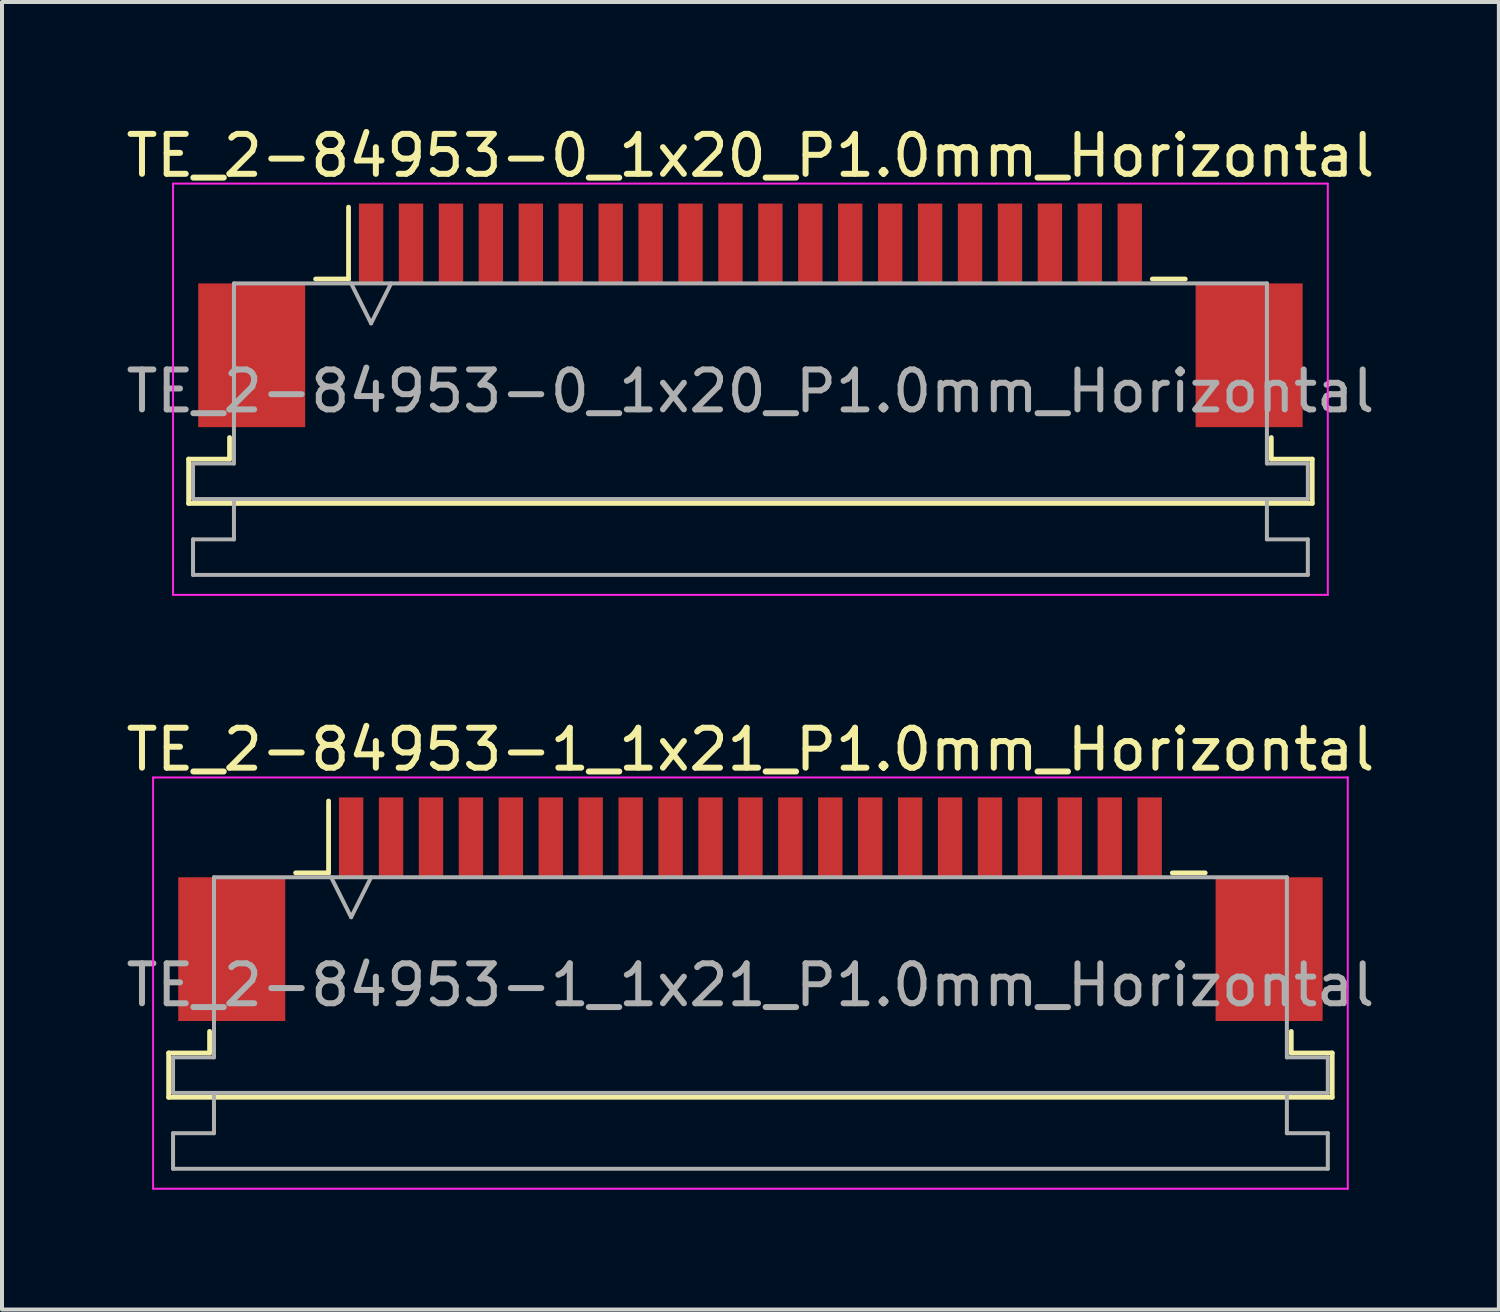
<source format=kicad_pcb>
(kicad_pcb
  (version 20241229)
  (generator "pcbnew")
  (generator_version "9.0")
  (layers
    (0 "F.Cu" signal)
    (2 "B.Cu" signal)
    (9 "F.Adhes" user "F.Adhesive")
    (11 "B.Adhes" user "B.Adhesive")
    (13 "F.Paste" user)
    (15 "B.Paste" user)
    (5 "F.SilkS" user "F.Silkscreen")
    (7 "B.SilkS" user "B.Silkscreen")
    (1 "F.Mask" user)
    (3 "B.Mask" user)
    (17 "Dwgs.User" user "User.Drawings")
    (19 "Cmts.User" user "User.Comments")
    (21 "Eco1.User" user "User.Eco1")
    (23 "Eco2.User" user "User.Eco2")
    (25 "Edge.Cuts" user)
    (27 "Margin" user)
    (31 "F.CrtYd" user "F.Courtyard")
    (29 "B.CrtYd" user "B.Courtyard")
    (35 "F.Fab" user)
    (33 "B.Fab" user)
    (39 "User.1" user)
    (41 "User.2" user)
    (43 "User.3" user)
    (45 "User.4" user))
  (footprint "TE_2-84953-0_1x20_P1.0mm_Horizontal"
    (layer "F.Cu")
    (at 15.744 4.848)
    (property "Reference" "TE_2-84953-0_1x20_P1.0mm_Horizontal" (at 0 -4 0) (layer "F.SilkS") (effects (font (size 1 1) (thickness 0.15))))
    (attr smd)
    (fp_line (start -14.07 3.6) (end -13.045 3.6) (stroke (width 0.12) (type solid)) (layer "F.SilkS"))
    (fp_line (start -14.07 4.71) (end -14.07 3.6) (stroke (width 0.12) (type solid)) (layer "F.SilkS"))
    (fp_line (start -13.045 3.6) (end -13.045 3.06) (stroke (width 0.12) (type solid)) (layer "F.SilkS"))
    (fp_line (start -10.89 -0.91) (end -10.065 -0.91) (stroke (width 0.12) (type solid)) (layer "F.SilkS"))
    (fp_line (start -10.065 -0.91) (end -10.065 -2.71) (stroke (width 0.12) (type solid)) (layer "F.SilkS"))
    (fp_line (start 10.065 -0.91) (end 10.89 -0.91) (stroke (width 0.12) (type solid)) (layer "F.SilkS"))
    (fp_line (start 13.045 3.06) (end 13.045 3.6) (stroke (width 0.12) (type solid)) (layer "F.SilkS"))
    (fp_line (start 13.045 3.6) (end 14.07 3.6) (stroke (width 0.12) (type solid)) (layer "F.SilkS"))
    (fp_line (start 14.07 3.6) (end 14.07 4.71) (stroke (width 0.12) (type solid)) (layer "F.SilkS"))
    (fp_line (start 14.07 4.71) (end -14.07 4.71) (stroke (width 0.12) (type solid)) (layer "F.SilkS"))
    (fp_line (start -14.46 -3.3) (end -14.46 7) (stroke (width 0.05) (type solid)) (layer "F.CrtYd"))
    (fp_line (start -14.46 7) (end 14.46 7) (stroke (width 0.05) (type solid)) (layer "F.CrtYd"))
    (fp_line (start 14.46 -3.3) (end -14.46 -3.3) (stroke (width 0.05) (type solid)) (layer "F.CrtYd"))
    (fp_line (start 14.46 7) (end 14.46 -3.3) (stroke (width 0.05) (type solid)) (layer "F.CrtYd"))
    (fp_line (start -13.96 3.71) (end -12.935 3.71) (stroke (width 0.1) (type solid)) (layer "F.Fab"))
    (fp_line (start -13.96 4.6) (end -13.96 3.71) (stroke (width 0.1) (type solid)) (layer "F.Fab"))
    (fp_line (start -13.96 5.61) (end -12.935 5.61) (stroke (width 0.1) (type solid)) (layer "F.Fab"))
    (fp_line (start -13.96 6.5) (end -13.96 5.61) (stroke (width 0.1) (type solid)) (layer "F.Fab"))
    (fp_line (start -12.935 -0.8) (end 12.935 -0.8) (stroke (width 0.1) (type solid)) (layer "F.Fab"))
    (fp_line (start -12.935 3.71) (end -12.935 -0.8) (stroke (width 0.1) (type solid)) (layer "F.Fab"))
    (fp_line (start -12.935 5.61) (end -12.935 4.6) (stroke (width 0.1) (type solid)) (layer "F.Fab"))
    (fp_line (start -10 -0.8) (end -9.5 0.2) (stroke (width 0.1) (type solid)) (layer "F.Fab"))
    (fp_line (start -9.5 0.2) (end -9 -0.8) (stroke (width 0.1) (type solid)) (layer "F.Fab"))
    (fp_line (start 12.935 -0.8) (end 12.935 3.71) (stroke (width 0.1) (type solid)) (layer "F.Fab"))
    (fp_line (start 12.935 3.71) (end 13.96 3.71) (stroke (width 0.1) (type solid)) (layer "F.Fab"))
    (fp_line (start 12.935 4.6) (end 12.935 5.61) (stroke (width 0.1) (type solid)) (layer "F.Fab"))
    (fp_line (start 12.935 5.61) (end 13.96 5.61) (stroke (width 0.1) (type solid)) (layer "F.Fab"))
    (fp_line (start 13.96 3.71) (end 13.96 4.6) (stroke (width 0.1) (type solid)) (layer "F.Fab"))
    (fp_line (start 13.96 4.6) (end -13.96 4.6) (stroke (width 0.1) (type solid)) (layer "F.Fab"))
    (fp_line (start 13.96 5.61) (end 13.96 6.5) (stroke (width 0.1) (type solid)) (layer "F.Fab"))
    (fp_line (start 13.96 6.5) (end -13.96 6.5) (stroke (width 0.1) (type solid)) (layer "F.Fab"))
    (fp_text user "${REFERENCE}" (at 0 1.9 0) (layer "F.Fab") (effects (font (size 1 1) (thickness 0.15))))
    (pad "" smd rect (at -12.49 1) (size 2.68 3.6) (layers "F.Cu" "F.Mask" "F.Paste"))
    (pad "" smd rect (at 12.49 1) (size 2.68 3.6) (layers "F.Cu" "F.Mask" "F.Paste"))
    (pad "1" smd rect (at -9.5 -1.8) (size 0.61 2) (layers "F.Cu" "F.Mask" "F.Paste"))
    (pad "2" smd rect (at -8.5 -1.8) (size 0.61 2) (layers "F.Cu" "F.Mask" "F.Paste"))
    (pad "3" smd rect (at -7.5 -1.8) (size 0.61 2) (layers "F.Cu" "F.Mask" "F.Paste"))
    (pad "4" smd rect (at -6.5 -1.8) (size 0.61 2) (layers "F.Cu" "F.Mask" "F.Paste"))
    (pad "5" smd rect (at -5.5 -1.8) (size 0.61 2) (layers "F.Cu" "F.Mask" "F.Paste"))
    (pad "6" smd rect (at -4.5 -1.8) (size 0.61 2) (layers "F.Cu" "F.Mask" "F.Paste"))
    (pad "7" smd rect (at -3.5 -1.8) (size 0.61 2) (layers "F.Cu" "F.Mask" "F.Paste"))
    (pad "8" smd rect (at -2.5 -1.8) (size 0.61 2) (layers "F.Cu" "F.Mask" "F.Paste"))
    (pad "9" smd rect (at -1.5 -1.8) (size 0.61 2) (layers "F.Cu" "F.Mask" "F.Paste"))
    (pad "10" smd rect (at -0.5 -1.8) (size 0.61 2) (layers "F.Cu" "F.Mask" "F.Paste"))
    (pad "11" smd rect (at 0.5 -1.8) (size 0.61 2) (layers "F.Cu" "F.Mask" "F.Paste"))
    (pad "12" smd rect (at 1.5 -1.8) (size 0.61 2) (layers "F.Cu" "F.Mask" "F.Paste"))
    (pad "13" smd rect (at 2.5 -1.8) (size 0.61 2) (layers "F.Cu" "F.Mask" "F.Paste"))
    (pad "14" smd rect (at 3.5 -1.8) (size 0.61 2) (layers "F.Cu" "F.Mask" "F.Paste"))
    (pad "15" smd rect (at 4.5 -1.8) (size 0.61 2) (layers "F.Cu" "F.Mask" "F.Paste"))
    (pad "16" smd rect (at 5.5 -1.8) (size 0.61 2) (layers "F.Cu" "F.Mask" "F.Paste"))
    (pad "17" smd rect (at 6.5 -1.8) (size 0.61 2) (layers "F.Cu" "F.Mask" "F.Paste"))
    (pad "18" smd rect (at 7.5 -1.8) (size 0.61 2) (layers "F.Cu" "F.Mask" "F.Paste"))
    (pad "19" smd rect (at 8.5 -1.8) (size 0.61 2) (layers "F.Cu" "F.Mask" "F.Paste"))
    (pad "20" smd rect (at 9.5 -1.8) (size 0.61 2) (layers "F.Cu" "F.Mask" "F.Paste")))
  (footprint "TE_2-84953-1_1x21_P1.0mm_Horizontal"
    (layer "F.Cu")
    (at 15.744 19.721)
    (property "Reference" "TE_2-84953-1_1x21_P1.0mm_Horizontal" (at 0 -4 0) (layer "F.SilkS") (effects (font (size 1 1) (thickness 0.15))))
    (attr smd)
    (fp_line (start -14.57 3.6) (end -13.545 3.6) (stroke (width 0.12) (type solid)) (layer "F.SilkS"))
    (fp_line (start -14.57 4.71) (end -14.57 3.6) (stroke (width 0.12) (type solid)) (layer "F.SilkS"))
    (fp_line (start -13.545 3.6) (end -13.545 3.06) (stroke (width 0.12) (type solid)) (layer "F.SilkS"))
    (fp_line (start -11.39 -0.91) (end -10.565 -0.91) (stroke (width 0.12) (type solid)) (layer "F.SilkS"))
    (fp_line (start -10.565 -0.91) (end -10.565 -2.71) (stroke (width 0.12) (type solid)) (layer "F.SilkS"))
    (fp_line (start 10.565 -0.91) (end 11.39 -0.91) (stroke (width 0.12) (type solid)) (layer "F.SilkS"))
    (fp_line (start 13.545 3.06) (end 13.545 3.6) (stroke (width 0.12) (type solid)) (layer "F.SilkS"))
    (fp_line (start 13.545 3.6) (end 14.57 3.6) (stroke (width 0.12) (type solid)) (layer "F.SilkS"))
    (fp_line (start 14.57 3.6) (end 14.57 4.71) (stroke (width 0.12) (type solid)) (layer "F.SilkS"))
    (fp_line (start 14.57 4.71) (end -14.57 4.71) (stroke (width 0.12) (type solid)) (layer "F.SilkS"))
    (fp_line (start -14.96 -3.3) (end -14.96 7) (stroke (width 0.05) (type solid)) (layer "F.CrtYd"))
    (fp_line (start -14.96 7) (end 14.96 7) (stroke (width 0.05) (type solid)) (layer "F.CrtYd"))
    (fp_line (start 14.96 -3.3) (end -14.96 -3.3) (stroke (width 0.05) (type solid)) (layer "F.CrtYd"))
    (fp_line (start 14.96 7) (end 14.96 -3.3) (stroke (width 0.05) (type solid)) (layer "F.CrtYd"))
    (fp_line (start -14.46 3.71) (end -13.435 3.71) (stroke (width 0.1) (type solid)) (layer "F.Fab"))
    (fp_line (start -14.46 4.6) (end -14.46 3.71) (stroke (width 0.1) (type solid)) (layer "F.Fab"))
    (fp_line (start -14.46 5.61) (end -13.435 5.61) (stroke (width 0.1) (type solid)) (layer "F.Fab"))
    (fp_line (start -14.46 6.5) (end -14.46 5.61) (stroke (width 0.1) (type solid)) (layer "F.Fab"))
    (fp_line (start -13.435 -0.8) (end 13.435 -0.8) (stroke (width 0.1) (type solid)) (layer "F.Fab"))
    (fp_line (start -13.435 3.71) (end -13.435 -0.8) (stroke (width 0.1) (type solid)) (layer "F.Fab"))
    (fp_line (start -13.435 5.61) (end -13.435 4.6) (stroke (width 0.1) (type solid)) (layer "F.Fab"))
    (fp_line (start -10.5 -0.8) (end -10 0.2) (stroke (width 0.1) (type solid)) (layer "F.Fab"))
    (fp_line (start -10 0.2) (end -9.5 -0.8) (stroke (width 0.1) (type solid)) (layer "F.Fab"))
    (fp_line (start 13.435 -0.8) (end 13.435 3.71) (stroke (width 0.1) (type solid)) (layer "F.Fab"))
    (fp_line (start 13.435 3.71) (end 14.46 3.71) (stroke (width 0.1) (type solid)) (layer "F.Fab"))
    (fp_line (start 13.435 4.6) (end 13.435 5.61) (stroke (width 0.1) (type solid)) (layer "F.Fab"))
    (fp_line (start 13.435 5.61) (end 14.46 5.61) (stroke (width 0.1) (type solid)) (layer "F.Fab"))
    (fp_line (start 14.46 3.71) (end 14.46 4.6) (stroke (width 0.1) (type solid)) (layer "F.Fab"))
    (fp_line (start 14.46 4.6) (end -14.46 4.6) (stroke (width 0.1) (type solid)) (layer "F.Fab"))
    (fp_line (start 14.46 5.61) (end 14.46 6.5) (stroke (width 0.1) (type solid)) (layer "F.Fab"))
    (fp_line (start 14.46 6.5) (end -14.46 6.5) (stroke (width 0.1) (type solid)) (layer "F.Fab"))
    (fp_text user "${REFERENCE}" (at 0 1.9 0) (layer "F.Fab") (effects (font (size 1 1) (thickness 0.15))))
    (pad "" smd rect (at -12.99 1) (size 2.68 3.6) (layers "F.Cu" "F.Mask" "F.Paste"))
    (pad "" smd rect (at 12.99 1) (size 2.68 3.6) (layers "F.Cu" "F.Mask" "F.Paste"))
    (pad "1" smd rect (at -10 -1.8) (size 0.61 2) (layers "F.Cu" "F.Mask" "F.Paste"))
    (pad "2" smd rect (at -9 -1.8) (size 0.61 2) (layers "F.Cu" "F.Mask" "F.Paste"))
    (pad "3" smd rect (at -8 -1.8) (size 0.61 2) (layers "F.Cu" "F.Mask" "F.Paste"))
    (pad "4" smd rect (at -7 -1.8) (size 0.61 2) (layers "F.Cu" "F.Mask" "F.Paste"))
    (pad "5" smd rect (at -6 -1.8) (size 0.61 2) (layers "F.Cu" "F.Mask" "F.Paste"))
    (pad "6" smd rect (at -5 -1.8) (size 0.61 2) (layers "F.Cu" "F.Mask" "F.Paste"))
    (pad "7" smd rect (at -4 -1.8) (size 0.61 2) (layers "F.Cu" "F.Mask" "F.Paste"))
    (pad "8" smd rect (at -3 -1.8) (size 0.61 2) (layers "F.Cu" "F.Mask" "F.Paste"))
    (pad "9" smd rect (at -2 -1.8) (size 0.61 2) (layers "F.Cu" "F.Mask" "F.Paste"))
    (pad "10" smd rect (at -1 -1.8) (size 0.61 2) (layers "F.Cu" "F.Mask" "F.Paste"))
    (pad "11" smd rect (at 0 -1.8) (size 0.61 2) (layers "F.Cu" "F.Mask" "F.Paste"))
    (pad "12" smd rect (at 1 -1.8) (size 0.61 2) (layers "F.Cu" "F.Mask" "F.Paste"))
    (pad "13" smd rect (at 2 -1.8) (size 0.61 2) (layers "F.Cu" "F.Mask" "F.Paste"))
    (pad "14" smd rect (at 3 -1.8) (size 0.61 2) (layers "F.Cu" "F.Mask" "F.Paste"))
    (pad "15" smd rect (at 4 -1.8) (size 0.61 2) (layers "F.Cu" "F.Mask" "F.Paste"))
    (pad "16" smd rect (at 5 -1.8) (size 0.61 2) (layers "F.Cu" "F.Mask" "F.Paste"))
    (pad "17" smd rect (at 6 -1.8) (size 0.61 2) (layers "F.Cu" "F.Mask" "F.Paste"))
    (pad "18" smd rect (at 7 -1.8) (size 0.61 2) (layers "F.Cu" "F.Mask" "F.Paste"))
    (pad "19" smd rect (at 8 -1.8) (size 0.61 2) (layers "F.Cu" "F.Mask" "F.Paste"))
    (pad "20" smd rect (at 9 -1.8) (size 0.61 2) (layers "F.Cu" "F.Mask" "F.Paste"))
    (pad "21" smd rect (at 10 -1.8) (size 0.61 2) (layers "F.Cu" "F.Mask" "F.Paste")))
  (gr_rect
    (start -3 -3)
    (end 34.488 29.747)
    (stroke (width 0.1) (type default))
    (fill no)
    (layer "Edge.Cuts")))
</source>
